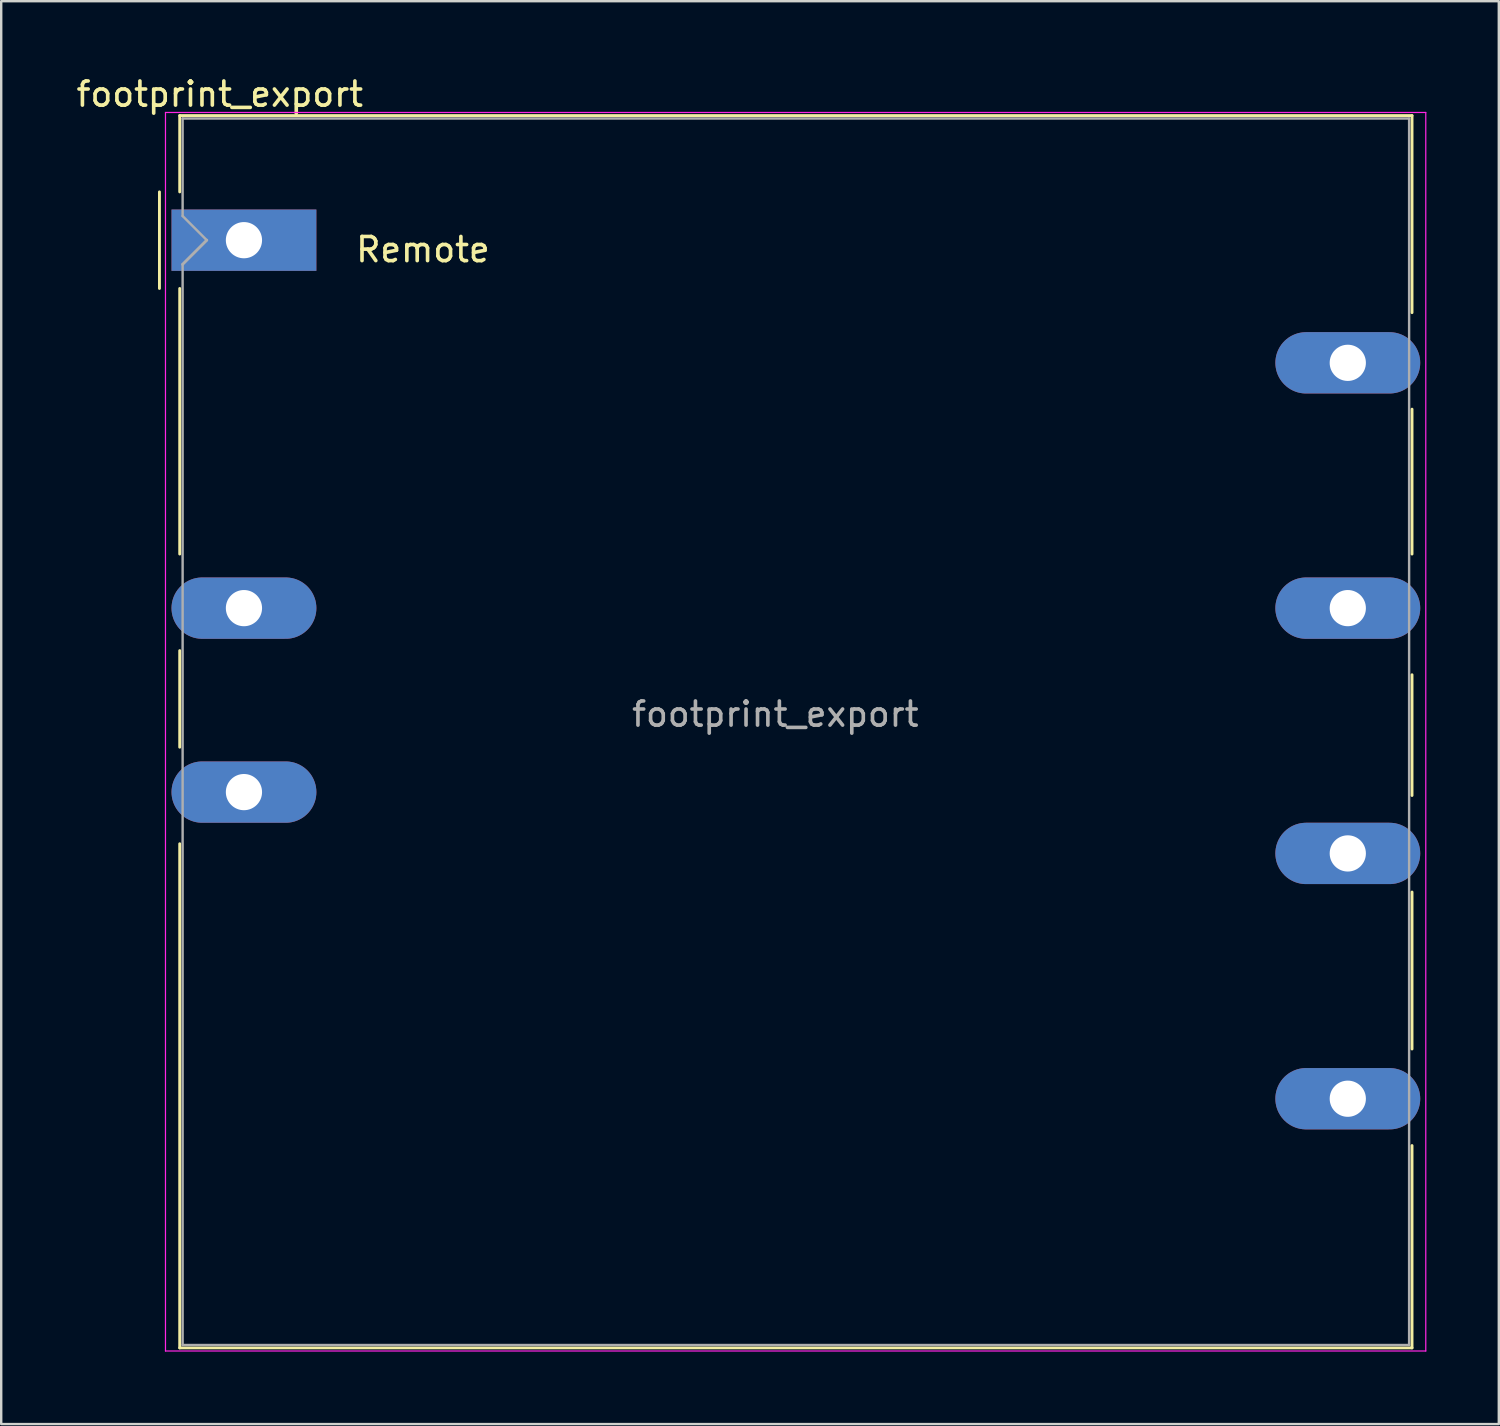
<source format=kicad_pcb>
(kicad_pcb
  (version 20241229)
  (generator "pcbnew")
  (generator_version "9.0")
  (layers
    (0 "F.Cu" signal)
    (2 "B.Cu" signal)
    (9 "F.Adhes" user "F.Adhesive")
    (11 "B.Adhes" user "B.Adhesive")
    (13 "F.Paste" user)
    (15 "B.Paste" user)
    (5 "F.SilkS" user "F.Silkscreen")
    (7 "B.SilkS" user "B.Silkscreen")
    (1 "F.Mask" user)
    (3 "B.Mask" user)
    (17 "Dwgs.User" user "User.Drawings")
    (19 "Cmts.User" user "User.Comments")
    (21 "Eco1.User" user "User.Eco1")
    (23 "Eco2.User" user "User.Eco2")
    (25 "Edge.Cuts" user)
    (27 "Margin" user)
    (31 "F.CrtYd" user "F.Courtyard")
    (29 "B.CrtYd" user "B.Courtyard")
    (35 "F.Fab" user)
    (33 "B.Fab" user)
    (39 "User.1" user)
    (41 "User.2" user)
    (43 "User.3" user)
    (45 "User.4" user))
  (footprint "footprint_export"
    (layer "F.Cu")
    (at 7.054 6.898)
    (property "Reference" "footprint_export" (at -1 -6.05 0) (layer "F.SilkS") (effects (font (size 1 1) (thickness 0.15))))
    (attr through_hole)
    (fp_line (start -3.5 -2) (end -3.5 2) (stroke (width 0.12) (type solid)) (layer "F.SilkS"))
    (fp_line (start -2.66 -5.16) (end 48.38 -5.16) (stroke (width 0.12) (type solid)) (layer "F.SilkS"))
    (fp_line (start -2.66 -2) (end -2.66 -5.16) (stroke (width 0.12) (type solid)) (layer "F.SilkS"))
    (fp_line (start -2.66 2) (end -2.66 13) (stroke (width 0.12) (type solid)) (layer "F.SilkS"))
    (fp_line (start -2.66 17) (end -2.66 21) (stroke (width 0.12) (type solid)) (layer "F.SilkS"))
    (fp_line (start -2.66 25) (end -2.66 45.88) (stroke (width 0.12) (type solid)) (layer "F.SilkS"))
    (fp_line (start 48.38 -5.16) (end 48.38 3) (stroke (width 0.12) (type solid)) (layer "F.SilkS"))
    (fp_line (start 48.38 7) (end 48.38 13) (stroke (width 0.12) (type solid)) (layer "F.SilkS"))
    (fp_line (start 48.38 18) (end 48.38 23) (stroke (width 0.12) (type solid)) (layer "F.SilkS"))
    (fp_line (start 48.38 27) (end 48.38 33.5) (stroke (width 0.12) (type solid)) (layer "F.SilkS"))
    (fp_line (start 48.38 45.88) (end -2.66 45.88) (stroke (width 0.12) (type solid)) (layer "F.SilkS"))
    (fp_line (start 48.38 45.88) (end 48.38 37.5) (stroke (width 0.12) (type solid)) (layer "F.SilkS"))
    (fp_line (start -3.25 -5.29) (end -3.25 46.01) (stroke (width 0.05) (type solid)) (layer "F.CrtYd"))
    (fp_line (start -3.25 -5.29) (end 48.95 -5.29) (stroke (width 0.05) (type solid)) (layer "F.CrtYd"))
    (fp_line (start -3.25 46.01) (end 48.95 46.01) (stroke (width 0.05) (type solid)) (layer "F.CrtYd"))
    (fp_line (start 48.95 -5.29) (end 48.95 46.01) (stroke (width 0.05) (type solid)) (layer "F.CrtYd"))
    (fp_line (start -2.54 -5.04) (end 48.26 -5.04) (stroke (width 0.1) (type solid)) (layer "F.Fab"))
    (fp_line (start -2.54 -1) (end -2.54 -5.04) (stroke (width 0.1) (type solid)) (layer "F.Fab"))
    (fp_line (start -2.54 -1) (end -1.54 0) (stroke (width 0.1) (type solid)) (layer "F.Fab"))
    (fp_line (start -2.54 45.76) (end -2.54 1) (stroke (width 0.1) (type solid)) (layer "F.Fab"))
    (fp_line (start -1.54 0) (end -2.54 1) (stroke (width 0.12) (type solid)) (layer "F.Fab"))
    (fp_line (start 48.26 45.76) (end -2.54 45.76) (stroke (width 0.1) (type solid)) (layer "F.Fab"))
    (fp_line (start 48.26 45.76) (end 48.26 -5.04) (stroke (width 0.1) (type solid)) (layer "F.Fab"))
    (fp_text user "Remote" (at 7.414 0.391 0) (layer "F.SilkS") (effects (font (size 1 1) (thickness 0.15))))
    (fp_text user "${REFERENCE}" (at 22.01 19.63 0) (layer "F.Fab") (effects (font (size 1 1) (thickness 0.15))))
    (pad "1" thru_hole rect (at 0 0) (size 5.999 2.54) (drill 1.5) (layers "*.Cu" "*.Mask"))
    (pad "3" thru_hole oval (at 0 15.24) (size 6 2.54) (drill 1.5) (layers "*.Cu" "*.Mask"))
    (pad "4" thru_hole oval (at 0 22.86) (size 6 2.54) (drill 1.5) (layers "*.Cu" "*.Mask"))
    (pad "5" thru_hole oval (at 45.72 5.08) (size 5.999 2.54) (drill 1.5) (layers "*.Cu" "*.Mask"))
    (pad "6" thru_hole oval (at 45.72 15.24) (size 6 2.54) (drill 1.5) (layers "*.Cu" "*.Mask"))
    (pad "7" thru_hole oval (at 45.72 25.4) (size 6 2.54) (drill 1.5) (layers "*.Cu" "*.Mask"))
    (pad "13" thru_hole oval (at 45.72 35.56) (size 6 2.54) (drill 1.5) (layers "*.Cu" "*.Mask")))
  (gr_rect
    (start -3 -3)
    (end 59.029 55.933)
    (stroke (width 0.1) (type default))
    (fill no)
    (layer "Edge.Cuts")))
</source>
